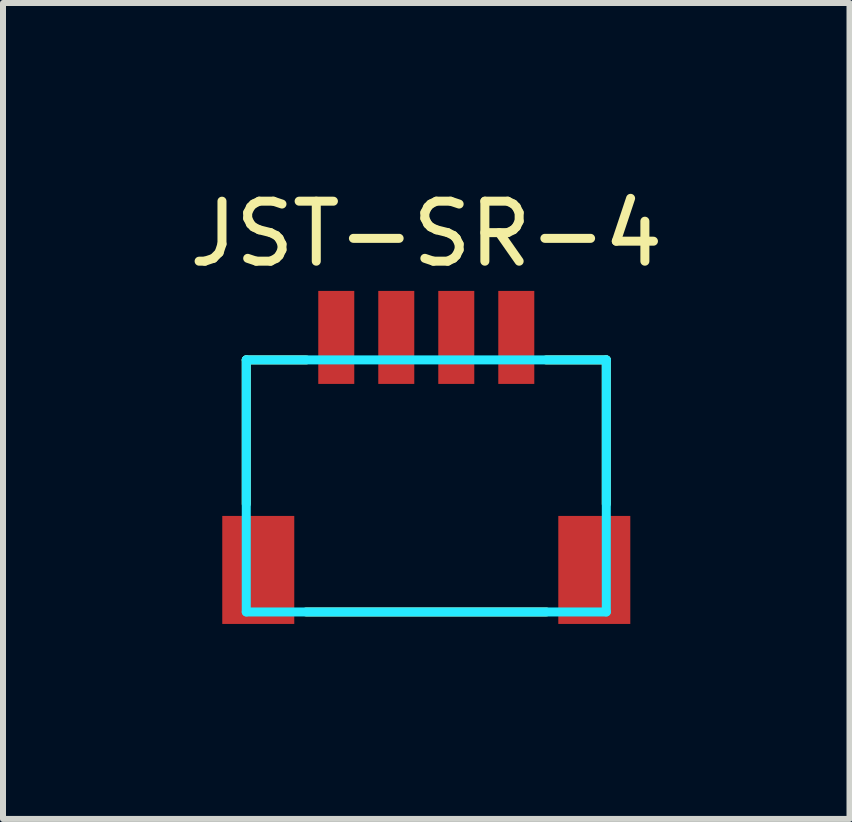
<source format=kicad_pcb>
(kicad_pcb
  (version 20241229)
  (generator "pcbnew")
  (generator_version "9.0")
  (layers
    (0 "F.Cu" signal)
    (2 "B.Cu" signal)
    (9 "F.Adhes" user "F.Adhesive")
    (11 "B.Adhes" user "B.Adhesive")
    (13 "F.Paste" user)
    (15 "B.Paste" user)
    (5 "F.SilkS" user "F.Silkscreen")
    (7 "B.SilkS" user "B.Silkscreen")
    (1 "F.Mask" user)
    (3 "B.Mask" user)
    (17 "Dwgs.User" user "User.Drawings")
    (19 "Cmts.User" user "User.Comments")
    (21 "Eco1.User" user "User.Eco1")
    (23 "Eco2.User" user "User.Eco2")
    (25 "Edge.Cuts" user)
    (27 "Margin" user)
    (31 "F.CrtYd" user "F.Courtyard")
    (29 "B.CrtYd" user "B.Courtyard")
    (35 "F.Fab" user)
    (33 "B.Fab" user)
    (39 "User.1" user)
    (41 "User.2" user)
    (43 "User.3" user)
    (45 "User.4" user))
  (footprint "JST-SR-4"
    (layer "F.Cu")
    (at 4.054 7.348)
    (property "Reference" "JST-SR-4" (at 0 -6.5 0) (layer "F.SilkS") (effects (font (size 1 1) (thickness 0.15))))
    (attr through_hole)
    (fp_line (start -3 -4.4) (end -2 -4.4) (stroke (width 0.15) (type solid)) (layer "F.SilkS"))
    (fp_line (start -3 -2) (end -3 -4.4) (stroke (width 0.15) (type solid)) (layer "F.SilkS"))
    (fp_line (start 2 -4.4) (end 3 -4.4) (stroke (width 0.15) (type solid)) (layer "F.SilkS"))
    (fp_line (start 2 -0.2) (end -2 -0.2) (stroke (width 0.15) (type solid)) (layer "F.SilkS"))
    (fp_line (start 3 -4.4) (end 3 -2) (stroke (width 0.15) (type solid)) (layer "F.SilkS"))
    (fp_line (start -3 -4.4) (end 3 -4.4) (stroke (width 0.15) (type solid)) (layer "B.CrtYd"))
    (fp_line (start -3 -0.2) (end -3 -4.4) (stroke (width 0.15) (type solid)) (layer "B.CrtYd"))
    (fp_line (start 3 -4.4) (end 3 -0.2) (stroke (width 0.15) (type solid)) (layer "B.CrtYd"))
    (fp_line (start 3 -0.2) (end -3 -0.2) (stroke (width 0.15) (type solid)) (layer "B.CrtYd"))
    (pad "" smd rect (at -2.8 -0.9) (size 1.2 1.8) (layers "F.Cu" "F.Mask" "F.Paste"))
    (pad "" smd rect (at 2.8 -0.9) (size 1.2 1.8) (layers "F.Cu" "F.Mask" "F.Paste"))
    (pad "1" smd rect (at -1.5 -4.775) (size 0.6 1.55) (layers "F.Cu" "F.Mask" "F.Paste"))
    (pad "2" smd rect (at -0.5 -4.775) (size 0.6 1.55) (layers "F.Cu" "F.Mask" "F.Paste"))
    (pad "3" smd rect (at 0.5 -4.775) (size 0.6 1.55) (layers "F.Cu" "F.Mask" "F.Paste"))
    (pad "4" smd rect (at 1.5 -4.775) (size 0.6 1.55) (layers "F.Cu" "F.Mask" "F.Paste")))
  (gr_rect
    (start -3 -3)
    (end 11.107 10.598)
    (stroke (width 0.1) (type default))
    (fill no)
    (layer "Edge.Cuts")))
</source>
